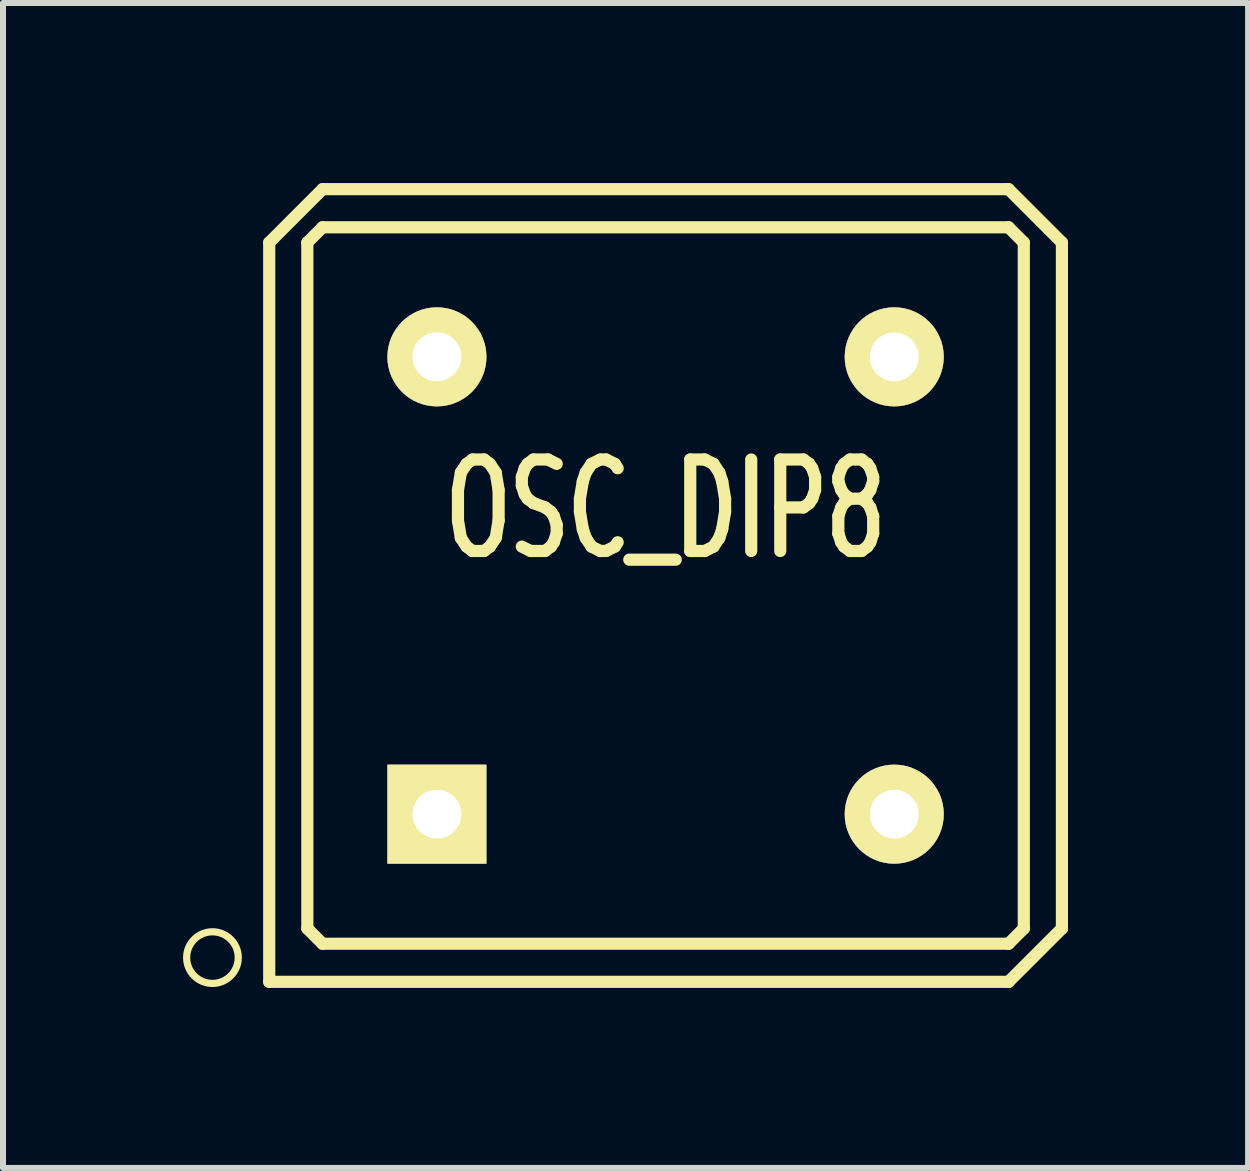
<source format=kicad_pcb>
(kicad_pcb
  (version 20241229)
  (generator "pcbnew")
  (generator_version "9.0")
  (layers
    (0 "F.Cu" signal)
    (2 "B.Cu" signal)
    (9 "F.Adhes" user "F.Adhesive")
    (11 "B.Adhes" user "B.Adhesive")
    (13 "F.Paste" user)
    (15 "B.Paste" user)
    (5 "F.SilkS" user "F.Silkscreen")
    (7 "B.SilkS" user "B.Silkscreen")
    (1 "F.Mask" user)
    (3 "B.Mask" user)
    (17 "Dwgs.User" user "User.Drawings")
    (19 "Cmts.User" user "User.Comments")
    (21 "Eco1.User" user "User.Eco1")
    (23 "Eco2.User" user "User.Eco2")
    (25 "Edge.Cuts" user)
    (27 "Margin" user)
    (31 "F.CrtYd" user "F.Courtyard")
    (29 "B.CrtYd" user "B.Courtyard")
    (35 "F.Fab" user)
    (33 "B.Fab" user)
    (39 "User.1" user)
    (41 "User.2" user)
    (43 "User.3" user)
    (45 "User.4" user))
  (footprint "OSC_DIP8"
    (layer "F.Cu")
    (at 7.39 12.356)
    (property "Reference" "OSC_DIP8" (at 0.65 -6.92 0) (layer "F.SilkS") (effects (font (size 1.524 1.016) (thickness 0.203))))
    (attr through_hole)
    (fp_line (start -5.954 -11.365) (end -5.954 0.954) (stroke (width 0.203) (type solid)) (layer "F.SilkS"))
    (fp_line (start -5.954 0.954) (end 6.365 0.954) (stroke (width 0.203) (type solid)) (layer "F.SilkS"))
    (fp_line (start -5.319 -11.365) (end -5.319 0.065) (stroke (width 0.203) (type solid)) (layer "F.SilkS"))
    (fp_line (start -5.319 0.065) (end -5.065 0.319) (stroke (width 0.203) (type solid)) (layer "F.SilkS"))
    (fp_line (start -5.065 -12.254) (end -5.954 -11.365) (stroke (width 0.203) (type solid)) (layer "F.SilkS"))
    (fp_line (start -5.065 -11.619) (end -5.319 -11.365) (stroke (width 0.203) (type solid)) (layer "F.SilkS"))
    (fp_line (start -5.065 0.319) (end 6.365 0.319) (stroke (width 0.203) (type solid)) (layer "F.SilkS"))
    (fp_line (start 6.365 -12.254) (end -5.065 -12.254) (stroke (width 0.203) (type solid)) (layer "F.SilkS"))
    (fp_line (start 6.365 -11.619) (end -5.065 -11.619) (stroke (width 0.203) (type solid)) (layer "F.SilkS"))
    (fp_line (start 6.365 0.319) (end 6.619 0.065) (stroke (width 0.203) (type solid)) (layer "F.SilkS"))
    (fp_line (start 6.365 0.954) (end 7.254 0.065) (stroke (width 0.203) (type solid)) (layer "F.SilkS"))
    (fp_line (start 6.619 -11.365) (end 6.365 -11.619) (stroke (width 0.203) (type solid)) (layer "F.SilkS"))
    (fp_line (start 6.619 0.065) (end 6.619 -11.365) (stroke (width 0.203) (type solid)) (layer "F.SilkS"))
    (fp_line (start 7.254 -11.365) (end 6.365 -12.254) (stroke (width 0.203) (type solid)) (layer "F.SilkS"))
    (fp_line (start 7.254 0.065) (end 7.254 -11.365) (stroke (width 0.203) (type solid)) (layer "F.SilkS"))
    (fp_circle (center -6.9 0.55) (end -6.65 0.9) (stroke (width 0.12) (type solid)) (fill no) (layer "F.SilkS"))
    (pad "1" thru_hole rect (at -3.16 -1.84) (size 1.651 1.651) (drill 0.813) (layers "*.Cu" "*.Mask" "F.SilkS"))
    (pad "4" thru_hole circle (at 4.46 -1.84) (size 1.651 1.651) (drill 0.813) (layers "*.Cu" "*.Mask" "F.SilkS"))
    (pad "5" thru_hole circle (at 4.46 -9.46) (size 1.651 1.651) (drill 0.813) (layers "*.Cu" "*.Mask" "F.SilkS"))
    (pad "8" thru_hole circle (at -3.16 -9.46) (size 1.651 1.651) (drill 0.813) (layers "*.Cu" "*.Mask" "F.SilkS")))
  (gr_rect
    (start -3 -3)
    (end 17.746 16.411)
    (stroke (width 0.1) (type default))
    (fill no)
    (layer "Edge.Cuts")))
</source>
